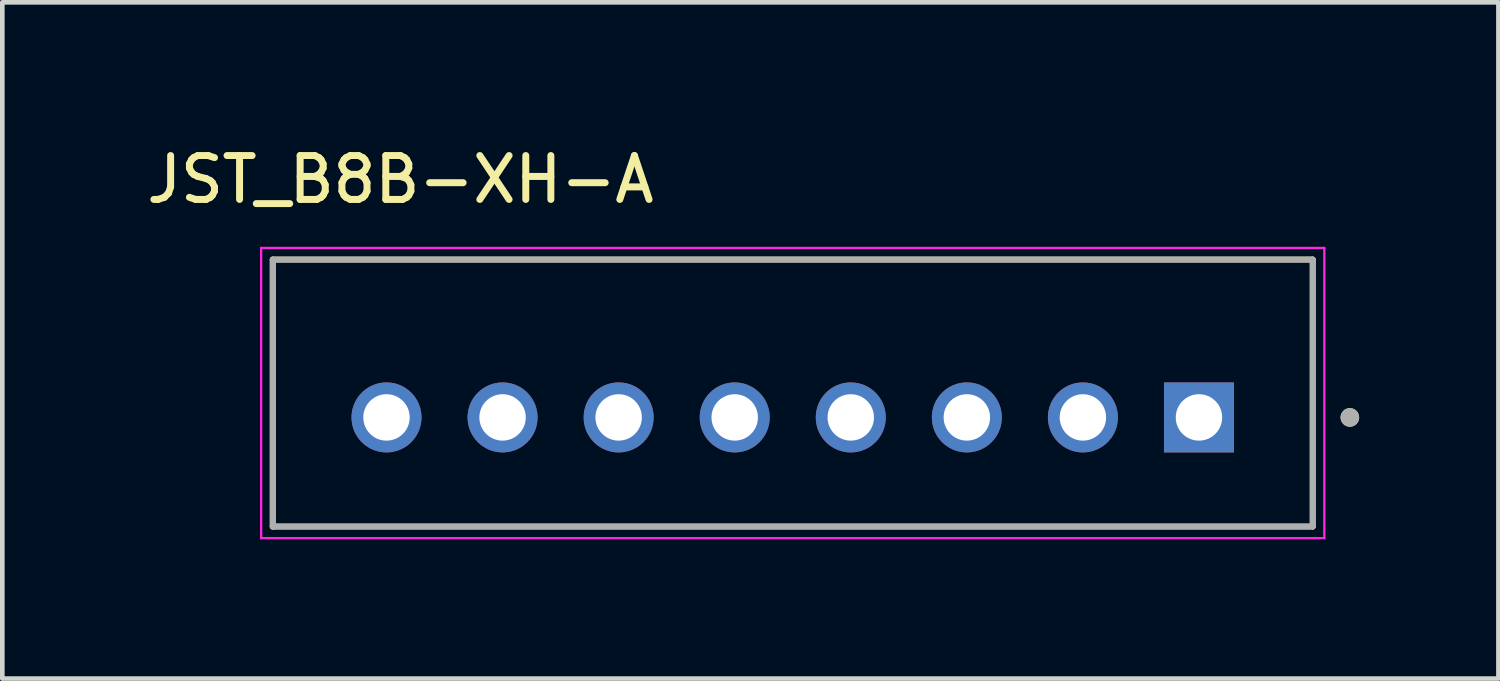
<source format=kicad_pcb>
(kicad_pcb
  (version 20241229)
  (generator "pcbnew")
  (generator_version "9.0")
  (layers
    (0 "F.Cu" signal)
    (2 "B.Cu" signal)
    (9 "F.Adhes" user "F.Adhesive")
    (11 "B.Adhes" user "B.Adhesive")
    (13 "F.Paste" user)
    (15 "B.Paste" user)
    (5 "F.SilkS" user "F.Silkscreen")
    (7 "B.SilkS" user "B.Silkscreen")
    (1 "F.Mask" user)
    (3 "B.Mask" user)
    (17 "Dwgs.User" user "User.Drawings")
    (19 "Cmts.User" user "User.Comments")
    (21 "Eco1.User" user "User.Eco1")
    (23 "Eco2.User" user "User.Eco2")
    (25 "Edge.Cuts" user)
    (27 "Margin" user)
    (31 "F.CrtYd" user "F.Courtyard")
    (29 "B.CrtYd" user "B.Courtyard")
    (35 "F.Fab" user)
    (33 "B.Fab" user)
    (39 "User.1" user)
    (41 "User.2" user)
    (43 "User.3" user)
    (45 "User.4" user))
  (footprint "JST_B8B-XH-A"
    (layer "F.Cu")
    (at 14.025 5.416)
    (property "Reference" "JST_B8B-XH-A" (at -8.45 -4.6 0) (layer "F.SilkS") (effects (font (size 0.945 0.945) (thickness 0.15))))
    (attr through_hole)
    (fp_line (start -11.2 -2.875) (end 11.2 -2.875) (stroke (width 0.127) (type solid)) (layer "F.SilkS"))
    (fp_line (start -11.2 2.875) (end -11.2 -2.875) (stroke (width 0.127) (type solid)) (layer "F.SilkS"))
    (fp_line (start 11.2 -2.875) (end 11.2 2.875) (stroke (width 0.127) (type solid)) (layer "F.SilkS"))
    (fp_line (start 11.2 2.875) (end -11.2 2.875) (stroke (width 0.127) (type solid)) (layer "F.SilkS"))
    (fp_circle (center 12 0.525) (end 12.1 0.525) (stroke (width 0.2) (type solid)) (fill no) (layer "F.SilkS"))
    (fp_line (start -11.45 -3.125) (end 11.45 -3.125) (stroke (width 0.05) (type solid)) (layer "F.CrtYd"))
    (fp_line (start -11.45 3.125) (end -11.45 -3.125) (stroke (width 0.05) (type solid)) (layer "F.CrtYd"))
    (fp_line (start 11.45 -3.125) (end 11.45 3.125) (stroke (width 0.05) (type solid)) (layer "F.CrtYd"))
    (fp_line (start 11.45 3.125) (end -11.45 3.125) (stroke (width 0.05) (type solid)) (layer "F.CrtYd"))
    (fp_line (start -11.2 -2.875) (end 11.2 -2.875) (stroke (width 0.127) (type solid)) (layer "F.Fab"))
    (fp_line (start -11.2 2.875) (end -11.2 -2.875) (stroke (width 0.127) (type solid)) (layer "F.Fab"))
    (fp_line (start 11.2 -2.875) (end 11.2 2.875) (stroke (width 0.127) (type solid)) (layer "F.Fab"))
    (fp_line (start 11.2 2.875) (end -11.2 2.875) (stroke (width 0.127) (type solid)) (layer "F.Fab"))
    (fp_circle (center 12 0.525) (end 12.1 0.525) (stroke (width 0.2) (type solid)) (fill no) (layer "F.Fab"))
    (pad "1" thru_hole rect (at 8.75 0.525) (size 1.508 1.508) (drill 1) (layers "*.Cu" "*.Mask"))
    (pad "2" thru_hole circle (at 6.25 0.525) (size 1.508 1.508) (drill 1) (layers "*.Cu" "*.Mask"))
    (pad "3" thru_hole circle (at 3.75 0.525) (size 1.508 1.508) (drill 1) (layers "*.Cu" "*.Mask"))
    (pad "4" thru_hole circle (at 1.25 0.525) (size 1.508 1.508) (drill 1) (layers "*.Cu" "*.Mask"))
    (pad "5" thru_hole circle (at -1.25 0.525) (size 1.508 1.508) (drill 1) (layers "*.Cu" "*.Mask"))
    (pad "6" thru_hole circle (at -3.75 0.525) (size 1.508 1.508) (drill 1) (layers "*.Cu" "*.Mask"))
    (pad "7" thru_hole circle (at -6.25 0.525) (size 1.508 1.508) (drill 1) (layers "*.Cu" "*.Mask"))
    (pad "8" thru_hole circle (at -8.75 0.525) (size 1.508 1.508) (drill 1) (layers "*.Cu" "*.Mask")))
  (gr_rect
    (start -3 -3)
    (end 29.225 11.566)
    (stroke (width 0.1) (type default))
    (fill no)
    (layer "Edge.Cuts")))
</source>
